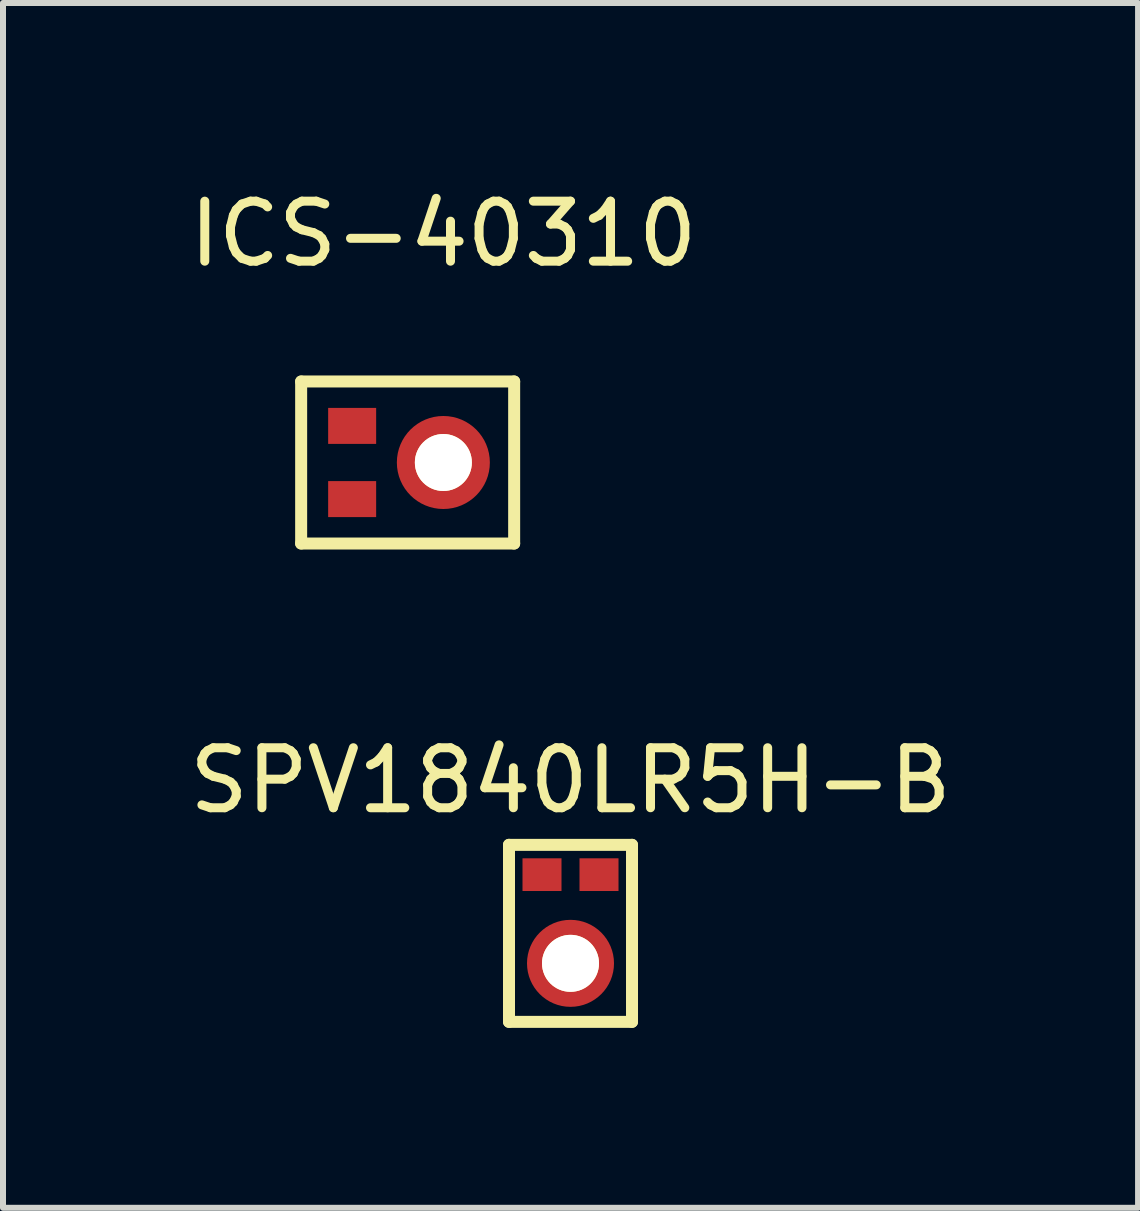
<source format=kicad_pcb>
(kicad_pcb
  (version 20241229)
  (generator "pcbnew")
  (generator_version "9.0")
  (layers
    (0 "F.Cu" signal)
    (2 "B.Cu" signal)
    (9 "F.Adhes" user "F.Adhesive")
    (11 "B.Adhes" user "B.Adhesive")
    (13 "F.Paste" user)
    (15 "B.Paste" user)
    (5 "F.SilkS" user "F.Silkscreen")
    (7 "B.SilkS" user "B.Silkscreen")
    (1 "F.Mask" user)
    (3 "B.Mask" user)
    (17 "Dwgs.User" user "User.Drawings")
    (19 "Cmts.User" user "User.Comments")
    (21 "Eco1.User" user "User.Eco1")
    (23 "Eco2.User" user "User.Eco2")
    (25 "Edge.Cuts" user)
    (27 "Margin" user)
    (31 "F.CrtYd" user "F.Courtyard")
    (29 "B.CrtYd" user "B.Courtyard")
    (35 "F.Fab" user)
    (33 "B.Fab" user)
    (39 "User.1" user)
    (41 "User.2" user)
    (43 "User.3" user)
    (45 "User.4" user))
  (footprint "SPV1840LR5H-B"
    (layer "F.Cu")
    (at 6.458 13.005)
    (property "Reference" "SPV1840LR5H-B" (at 0 -3.048 0) (layer "F.SilkS") (effects (font (size 1 1) (thickness 0.15))))
    (attr through_hole)
    (fp_line (start -1.025 -1.975) (end -1.025 0.975) (stroke (width 0.2) (type solid)) (layer "F.SilkS"))
    (fp_line (start -1.025 0.975) (end 1.025 0.975) (stroke (width 0.2) (type solid)) (layer "F.SilkS"))
    (fp_line (start 1.025 -1.975) (end -1.025 -1.975) (stroke (width 0.2) (type solid)) (layer "F.SilkS"))
    (fp_line (start 1.025 -1.975) (end 1.025 0.975) (stroke (width 0.2) (type solid)) (layer "F.SilkS"))
    (pad "" np_thru_hole circle (at 0 0) (size 0.95 0.95) (drill 0.95) (layers "*.Cu" "F.SilkS"))
    (pad "1" smd rect (at 0.475 -1.478) (size 0.65 0.545) (layers "F.Cu" "F.Mask" "F.Paste"))
    (pad "2" smd rect (at -0.475 -1.478) (size 0.65 0.545) (layers "F.Cu" "F.Mask" "F.Paste"))
    (pad "3" smd circle (at 0 0) (size 1.45 1.45) (layers "F.Cu" "F.Mask" "F.Paste")))
  (footprint "ICS-40310"
    (layer "F.Cu")
    (at 4.339 4.658)
    (property "Reference" "ICS-40310" (at 0 -3.81 0) (layer "F.SilkS") (effects (font (size 1 1) (thickness 0.15))))
    (attr through_hole)
    (fp_line (start -2.37 -1.35) (end -2.37 1.35) (stroke (width 0.2) (type solid)) (layer "F.SilkS"))
    (fp_line (start -2.37 1.35) (end 1.18 1.35) (stroke (width 0.2) (type solid)) (layer "F.SilkS"))
    (fp_line (start 1.18 -1.35) (end -2.37 -1.35) (stroke (width 0.2) (type solid)) (layer "F.SilkS"))
    (fp_line (start 1.18 1.35) (end 1.18 -1.35) (stroke (width 0.2) (type solid)) (layer "F.SilkS"))
    (pad "" np_thru_hole circle (at 0 0) (size 0.95 0.95) (drill 0.95) (layers "*.Cu" "F.SilkS"))
    (pad "1" smd rect (at -1.52 0.61) (size 0.8 0.6) (layers "F.Cu" "F.Mask" "F.Paste"))
    (pad "2" smd circle (at 0 0) (size 1.55 1.55) (layers "F.Cu" "F.Mask" "F.Paste"))
    (pad "3" smd rect (at -1.52 -0.61) (size 0.8 0.6) (layers "F.Cu" "F.Mask" "F.Paste")))
  (gr_rect
    (start -3 -3)
    (end 15.917 17.079)
    (stroke (width 0.1) (type default))
    (fill no)
    (layer "Edge.Cuts")))
</source>
